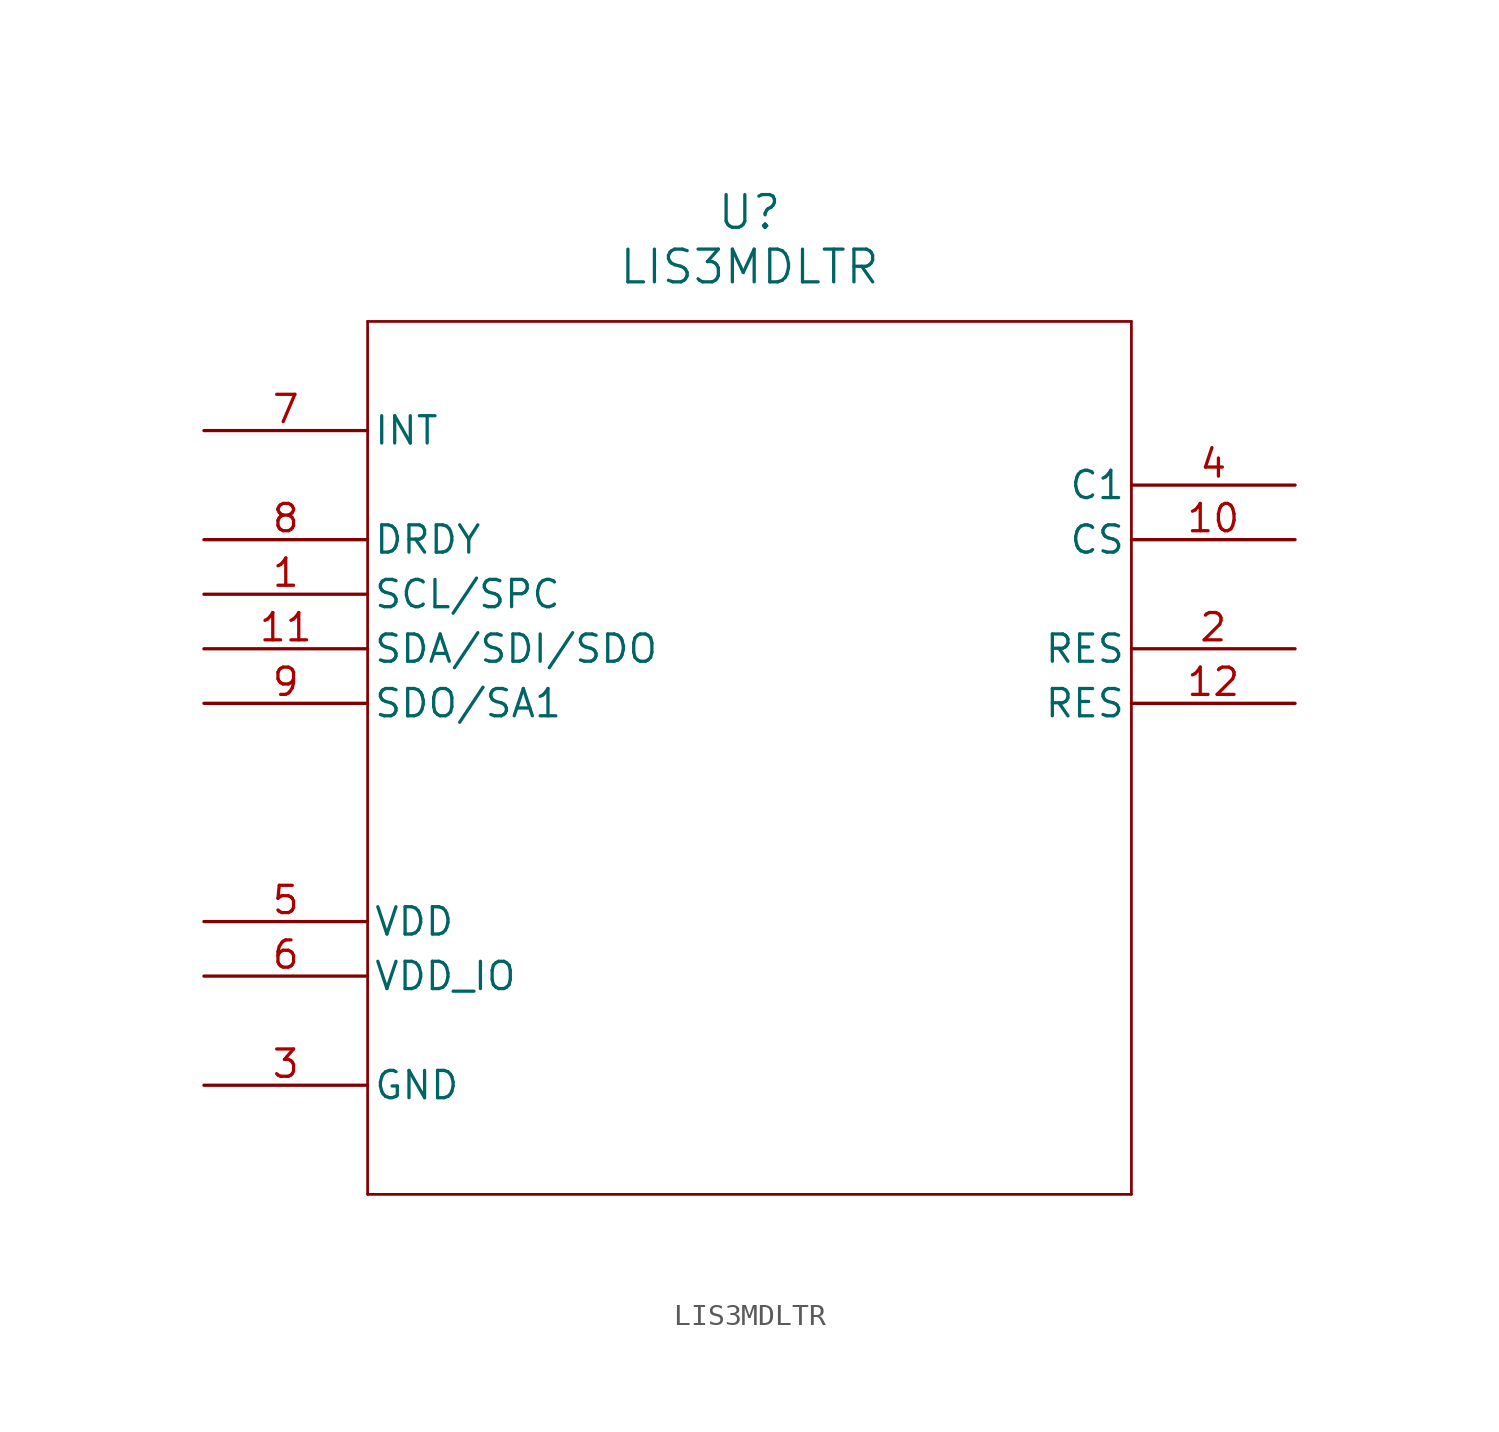
<source format=kicad_sym>
(kicad_symbol_lib
  (version 20211014)
  (generator kicad_symbol_editor)
  (symbol "LIS3MDLTR"
    (pin_names
      (offset 0.254))
    (property "Reference" "U"
      (at 25.4 10.16 0)
      (effects (font (size 1.524 1.524))))
    (property "Value" "LIS3MDLTR"
      (at 25.4 7.62 0)
      (effects (font (size 1.524 1.524))))
    (symbol "LIS3MDLTR_0_1"
      (polyline (pts (xy 7.62 5.08) (xy 7.62 -35.56)) (stroke (width 0.127) (type default) (color 0 0 0 0)) (fill (type none)))
      (polyline (pts (xy 7.62 -35.56) (xy 43.18 -35.56)) (stroke (width 0.127) (type default) (color 0 0 0 0)) (fill (type none)))
      (polyline (pts (xy 43.18 -35.56) (xy 43.18 5.08)) (stroke (width 0.127) (type default) (color 0 0 0 0)) (fill (type none)))
      (polyline (pts (xy 43.18 5.08) (xy 7.62 5.08)) (stroke (width 0.127) (type default) (color 0 0 0 0)) (fill (type none)))
      (pin bidirectional line (at 0 -7.62 0) (length 7.62) (name "SCL/SPC" (effects (font (size 1.27 1.27)))) (number "1" (effects (font (size 1.27 1.27)))))
      (pin unspecified line (at 50.8 -10.16 180) (length 7.62) (name "RES" (effects (font (size 1.27 1.27)))) (number "2" (effects (font (size 1.27 1.27)))))
      (pin power_in line (at 0 -30.48 0) (length 7.62) (name "GND" (effects (font (size 1.27 1.27)))) (number "3" (effects (font (size 1.27 1.27)))))
      (pin unspecified line (at 50.8 -2.54 180) (length 7.62) (name "C1" (effects (font (size 1.27 1.27)))) (number "4" (effects (font (size 1.27 1.27)))))
      (pin power_in line (at 0 -22.86 0) (length 7.62) (name "VDD" (effects (font (size 1.27 1.27)))) (number "5" (effects (font (size 1.27 1.27)))))
      (pin power_in line (at 0 -25.4 0) (length 7.62) (name "VDD_IO" (effects (font (size 1.27 1.27)))) (number "6" (effects (font (size 1.27 1.27)))))
      (pin unspecified line (at 0 0 0) (length 7.62) (name "INT" (effects (font (size 1.27 1.27)))) (number "7" (effects (font (size 1.27 1.27)))))
      (pin unspecified line (at 0 -5.08 0) (length 7.62) (name "DRDY" (effects (font (size 1.27 1.27)))) (number "8" (effects (font (size 1.27 1.27)))))
      (pin bidirectional line (at 0 -12.7 0) (length 7.62) (name "SDO/SA1" (effects (font (size 1.27 1.27)))) (number "9" (effects (font (size 1.27 1.27)))))
      (pin bidirectional line (at 50.8 -5.08 180) (length 7.62) (name "CS" (effects (font (size 1.27 1.27)))) (number "10" (effects (font (size 1.27 1.27)))))
      (pin bidirectional line (at 0 -10.16 0) (length 7.62) (name "SDA/SDI/SDO" (effects (font (size 1.27 1.27)))) (number "11" (effects (font (size 1.27 1.27)))))
      (pin unspecified line (at 50.8 -12.7 180) (length 7.62) (name "RES" (effects (font (size 1.27 1.27)))) (number "12" (effects (font (size 1.27 1.27))))))))
</source>
